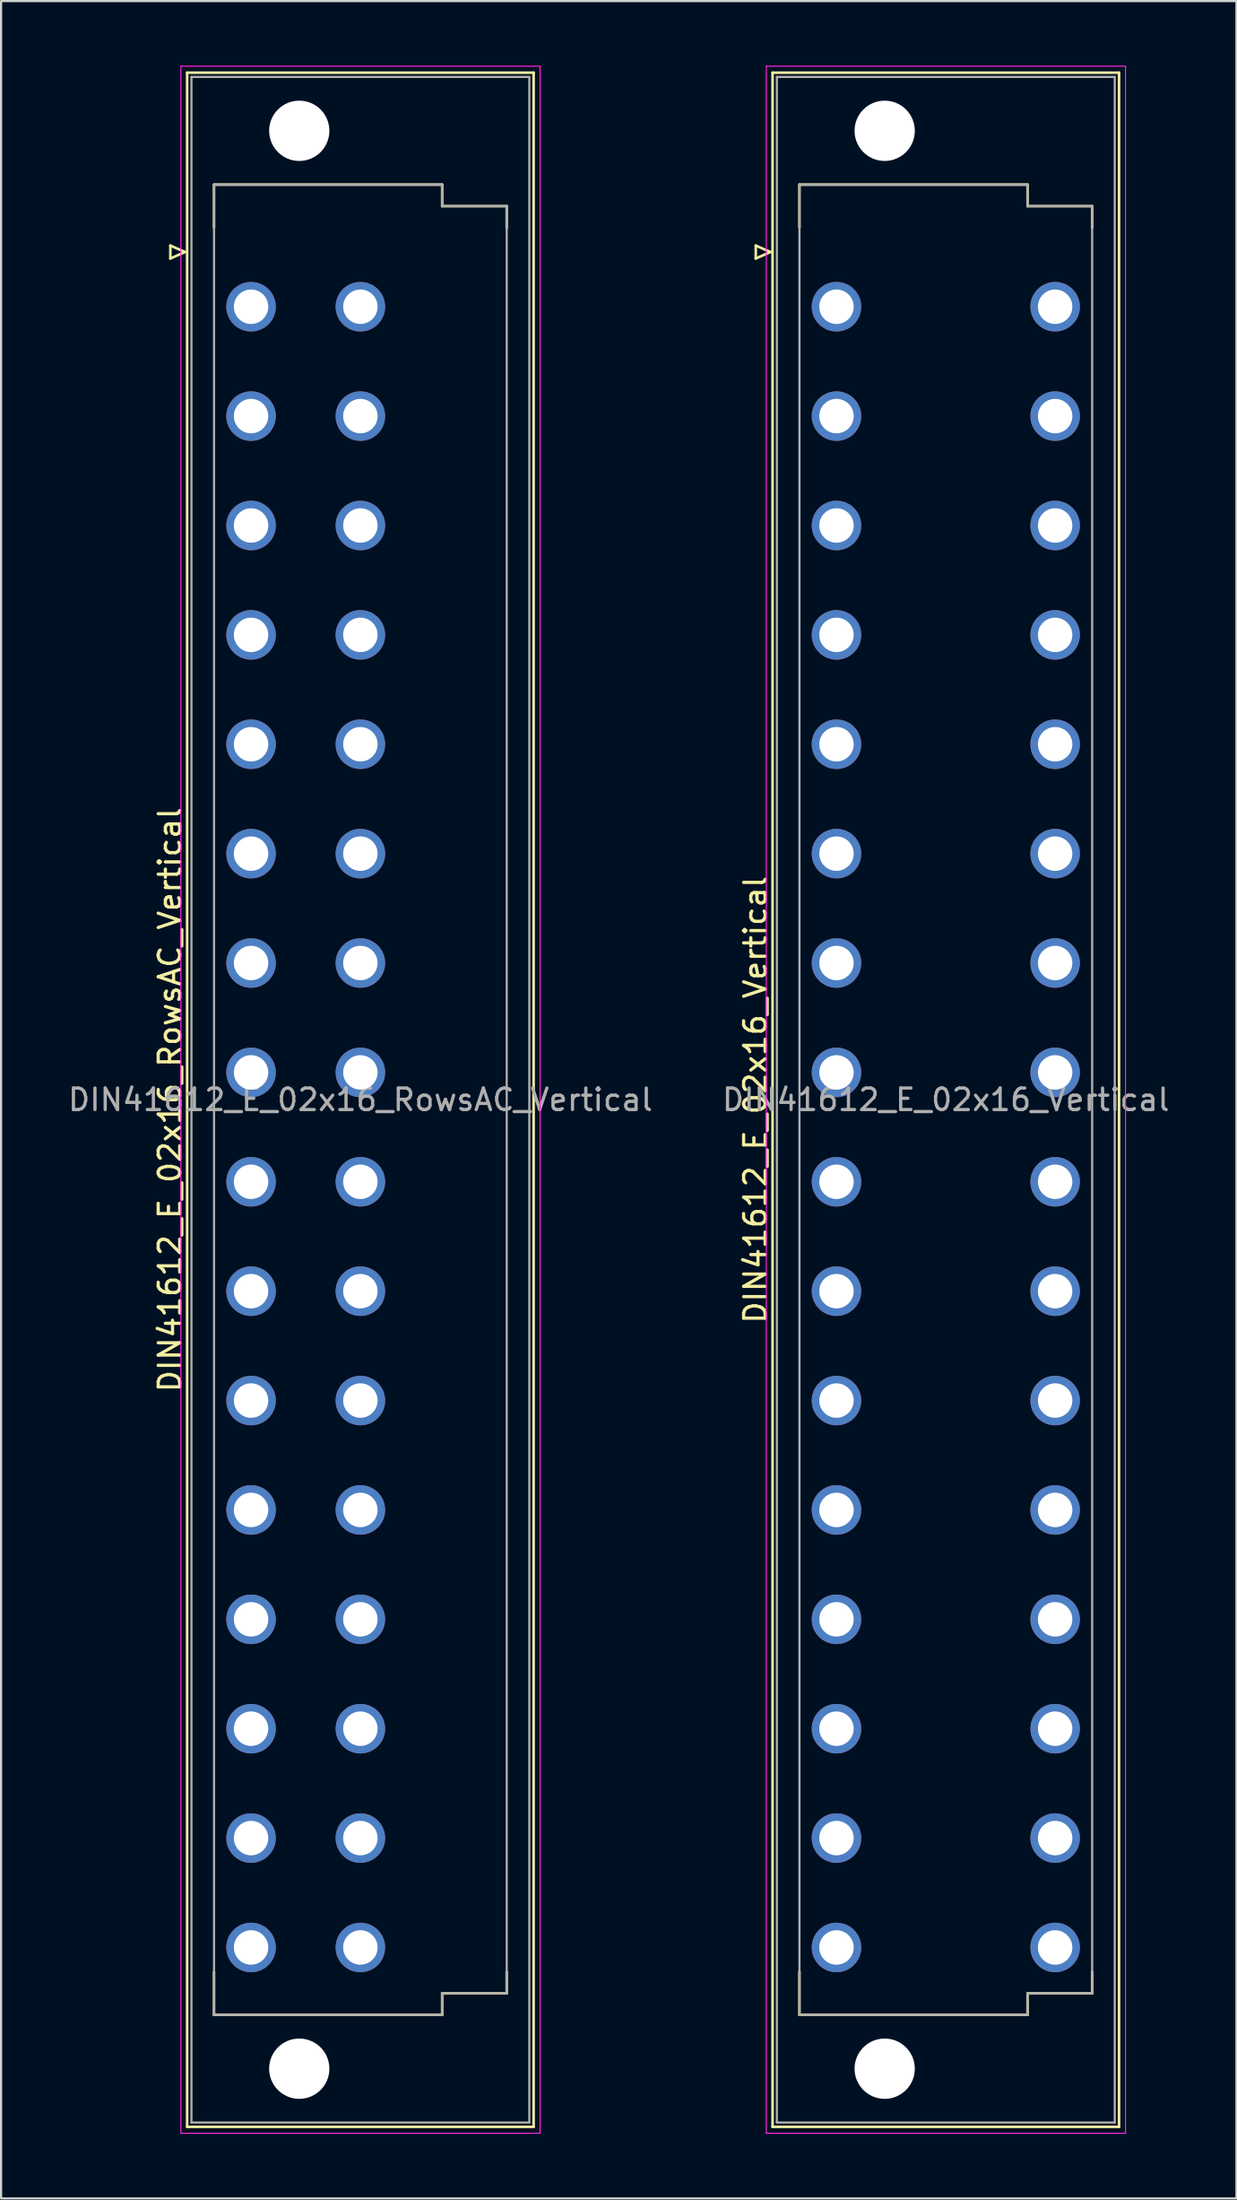
<source format=kicad_pcb>
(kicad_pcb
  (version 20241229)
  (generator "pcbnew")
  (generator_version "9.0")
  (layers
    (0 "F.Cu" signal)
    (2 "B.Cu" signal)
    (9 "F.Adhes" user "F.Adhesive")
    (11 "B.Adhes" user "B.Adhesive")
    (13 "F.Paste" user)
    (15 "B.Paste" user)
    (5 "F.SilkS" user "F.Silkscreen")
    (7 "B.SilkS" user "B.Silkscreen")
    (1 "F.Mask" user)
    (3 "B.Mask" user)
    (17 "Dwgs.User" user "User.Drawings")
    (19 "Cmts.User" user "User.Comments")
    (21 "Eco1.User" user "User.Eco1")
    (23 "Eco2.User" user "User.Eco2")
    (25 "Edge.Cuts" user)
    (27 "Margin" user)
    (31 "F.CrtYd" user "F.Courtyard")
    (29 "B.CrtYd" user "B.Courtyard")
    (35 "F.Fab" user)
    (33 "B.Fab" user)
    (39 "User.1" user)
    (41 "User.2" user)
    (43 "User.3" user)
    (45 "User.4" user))
  (footprint "DIN41612_E_02x16_RowsAC_Vertical"
    (layer "F.Cu")
    (at 8.616 8.655)
    (property "Reference" "DIN41612_E_02x16_RowsAC_Vertical" (at -3.77 39.37 90) (layer "F.SilkS") (effects (font (size 1 1) (thickness 0.15))))
    (attr through_hole)
    (fp_line (start -3.75 -0.3) (end -3.75 0.3) (stroke (width 0.12) (type solid)) (layer "F.SilkS"))
    (fp_line (start -3.75 0.3) (end -3.07 0) (stroke (width 0.12) (type solid)) (layer "F.SilkS"))
    (fp_line (start -3.07 0) (end -3.75 -0.3) (stroke (width 0.12) (type solid)) (layer "F.SilkS"))
    (fp_line (start -2.97 -8.33) (end 13.13 -8.33) (stroke (width 0.12) (type solid)) (layer "F.SilkS"))
    (fp_line (start -2.97 87.07) (end -2.97 -8.33) (stroke (width 0.12) (type solid)) (layer "F.SilkS"))
    (fp_line (start -1.72 -3.13) (end 8.88 -3.13) (stroke (width 0.12) (type solid)) (layer "F.SilkS"))
    (fp_line (start -1.72 -1.13) (end -1.72 -3.13) (stroke (width 0.12) (type solid)) (layer "F.SilkS"))
    (fp_line (start -1.72 79.87) (end -1.72 81.87) (stroke (width 0.12) (type solid)) (layer "F.SilkS"))
    (fp_line (start -1.72 81.87) (end 8.88 81.87) (stroke (width 0.12) (type solid)) (layer "F.SilkS"))
    (fp_line (start 8.88 -3.13) (end 8.88 -2.13) (stroke (width 0.12) (type solid)) (layer "F.SilkS"))
    (fp_line (start 8.88 -2.13) (end 11.88 -2.13) (stroke (width 0.12) (type solid)) (layer "F.SilkS"))
    (fp_line (start 8.88 80.87) (end 11.88 80.87) (stroke (width 0.12) (type solid)) (layer "F.SilkS"))
    (fp_line (start 8.88 81.87) (end 8.88 80.87) (stroke (width 0.12) (type solid)) (layer "F.SilkS"))
    (fp_line (start 11.88 -2.13) (end 11.88 -1.13) (stroke (width 0.12) (type solid)) (layer "F.SilkS"))
    (fp_line (start 11.88 80.87) (end 11.88 79.87) (stroke (width 0.12) (type solid)) (layer "F.SilkS"))
    (fp_line (start 13.13 -8.33) (end 13.13 87.07) (stroke (width 0.12) (type solid)) (layer "F.SilkS"))
    (fp_line (start 13.13 87.07) (end -2.97 87.07) (stroke (width 0.12) (type solid)) (layer "F.SilkS"))
    (fp_line (start -3.26 -8.63) (end 13.43 -8.63) (stroke (width 0.05) (type solid)) (layer "F.CrtYd"))
    (fp_line (start -3.26 87.37) (end -3.26 -8.63) (stroke (width 0.05) (type solid)) (layer "F.CrtYd"))
    (fp_line (start 13.43 -8.63) (end 13.43 87.37) (stroke (width 0.05) (type solid)) (layer "F.CrtYd"))
    (fp_line (start 13.43 87.37) (end -3.26 87.37) (stroke (width 0.05) (type solid)) (layer "F.CrtYd"))
    (fp_line (start -2.77 -8.13) (end 12.93 -8.13) (stroke (width 0.1) (type solid)) (layer "F.Fab"))
    (fp_line (start -2.77 86.87) (end -2.77 -8.13) (stroke (width 0.1) (type solid)) (layer "F.Fab"))
    (fp_line (start -1.72 -3.13) (end 8.88 -3.13) (stroke (width 0.1) (type solid)) (layer "F.Fab"))
    (fp_line (start -1.72 81.87) (end -1.72 -3.13) (stroke (width 0.1) (type solid)) (layer "F.Fab"))
    (fp_line (start 8.88 -3.13) (end 8.88 -2.13) (stroke (width 0.1) (type solid)) (layer "F.Fab"))
    (fp_line (start 8.88 -2.13) (end 11.88 -2.13) (stroke (width 0.1) (type solid)) (layer "F.Fab"))
    (fp_line (start 8.88 80.87) (end 8.88 81.87) (stroke (width 0.1) (type solid)) (layer "F.Fab"))
    (fp_line (start 8.88 81.87) (end -1.72 81.87) (stroke (width 0.1) (type solid)) (layer "F.Fab"))
    (fp_line (start 11.88 -2.13) (end 11.88 80.87) (stroke (width 0.1) (type solid)) (layer "F.Fab"))
    (fp_line (start 11.88 80.87) (end 8.88 80.87) (stroke (width 0.1) (type solid)) (layer "F.Fab"))
    (fp_line (start 12.93 -8.13) (end 12.93 86.87) (stroke (width 0.1) (type solid)) (layer "F.Fab"))
    (fp_line (start 12.93 86.87) (end -2.77 86.87) (stroke (width 0.1) (type solid)) (layer "F.Fab"))
    (fp_text user "${REFERENCE}" (at 5.08 39.37 0) (layer "F.Fab") (effects (font (size 1 1) (thickness 0.15))))
    (pad "" np_thru_hole circle (at 2.24 -5.63) (size 2.8 2.8) (drill 2.8) (layers "*.Cu" "*.Mask"))
    (pad "" np_thru_hole circle (at 2.24 84.37) (size 2.8 2.8) (drill 2.8) (layers "*.Cu" "*.Mask"))
    (pad "a2" thru_hole circle (at 0 2.54) (size 2.3 2.3) (drill 1.6) (layers "*.Cu" "*.Mask"))
    (pad "a4" thru_hole circle (at 0 7.62) (size 2.3 2.3) (drill 1.6) (layers "*.Cu" "*.Mask"))
    (pad "a6" thru_hole circle (at 0 12.7) (size 2.3 2.3) (drill 1.6) (layers "*.Cu" "*.Mask"))
    (pad "a8" thru_hole circle (at 0 17.78) (size 2.3 2.3) (drill 1.6) (layers "*.Cu" "*.Mask"))
    (pad "a10" thru_hole circle (at 0 22.86) (size 2.3 2.3) (drill 1.6) (layers "*.Cu" "*.Mask"))
    (pad "a12" thru_hole circle (at 0 27.94) (size 2.3 2.3) (drill 1.6) (layers "*.Cu" "*.Mask"))
    (pad "a14" thru_hole circle (at 0 33.02) (size 2.3 2.3) (drill 1.6) (layers "*.Cu" "*.Mask"))
    (pad "a16" thru_hole circle (at 0 38.1) (size 2.3 2.3) (drill 1.6) (layers "*.Cu" "*.Mask"))
    (pad "a18" thru_hole circle (at 0 43.18) (size 2.3 2.3) (drill 1.6) (layers "*.Cu" "*.Mask"))
    (pad "a20" thru_hole circle (at 0 48.26) (size 2.3 2.3) (drill 1.6) (layers "*.Cu" "*.Mask"))
    (pad "a22" thru_hole circle (at 0 53.34) (size 2.3 2.3) (drill 1.6) (layers "*.Cu" "*.Mask"))
    (pad "a24" thru_hole circle (at 0 58.42) (size 2.3 2.3) (drill 1.6) (layers "*.Cu" "*.Mask"))
    (pad "a26" thru_hole circle (at 0 63.5) (size 2.3 2.3) (drill 1.6) (layers "*.Cu" "*.Mask"))
    (pad "a28" thru_hole circle (at 0 68.58) (size 2.3 2.3) (drill 1.6) (layers "*.Cu" "*.Mask"))
    (pad "a30" thru_hole circle (at 0 73.66) (size 2.3 2.3) (drill 1.6) (layers "*.Cu" "*.Mask"))
    (pad "a32" thru_hole circle (at 0 78.74) (size 2.3 2.3) (drill 1.6) (layers "*.Cu" "*.Mask"))
    (pad "c2" thru_hole circle (at 5.08 2.54) (size 2.3 2.3) (drill 1.6) (layers "*.Cu" "*.Mask"))
    (pad "c4" thru_hole circle (at 5.08 7.62) (size 2.3 2.3) (drill 1.6) (layers "*.Cu" "*.Mask"))
    (pad "c6" thru_hole circle (at 5.08 12.7) (size 2.3 2.3) (drill 1.6) (layers "*.Cu" "*.Mask"))
    (pad "c8" thru_hole circle (at 5.08 17.78) (size 2.3 2.3) (drill 1.6) (layers "*.Cu" "*.Mask"))
    (pad "c10" thru_hole circle (at 5.08 22.86) (size 2.3 2.3) (drill 1.6) (layers "*.Cu" "*.Mask"))
    (pad "c12" thru_hole circle (at 5.08 27.94) (size 2.3 2.3) (drill 1.6) (layers "*.Cu" "*.Mask"))
    (pad "c14" thru_hole circle (at 5.08 33.02) (size 2.3 2.3) (drill 1.6) (layers "*.Cu" "*.Mask"))
    (pad "c16" thru_hole circle (at 5.08 38.1) (size 2.3 2.3) (drill 1.6) (layers "*.Cu" "*.Mask"))
    (pad "c18" thru_hole circle (at 5.08 43.18) (size 2.3 2.3) (drill 1.6) (layers "*.Cu" "*.Mask"))
    (pad "c20" thru_hole circle (at 5.08 48.26) (size 2.3 2.3) (drill 1.6) (layers "*.Cu" "*.Mask"))
    (pad "c22" thru_hole circle (at 5.08 53.34) (size 2.3 2.3) (drill 1.6) (layers "*.Cu" "*.Mask"))
    (pad "c24" thru_hole circle (at 5.08 58.42) (size 2.3 2.3) (drill 1.6) (layers "*.Cu" "*.Mask"))
    (pad "c26" thru_hole circle (at 5.08 63.5) (size 2.3 2.3) (drill 1.6) (layers "*.Cu" "*.Mask"))
    (pad "c28" thru_hole circle (at 5.08 68.58) (size 2.3 2.3) (drill 1.6) (layers "*.Cu" "*.Mask"))
    (pad "c30" thru_hole circle (at 5.08 73.66) (size 2.3 2.3) (drill 1.6) (layers "*.Cu" "*.Mask"))
    (pad "c32" thru_hole circle (at 5.08 78.74) (size 2.3 2.3) (drill 1.6) (layers "*.Cu" "*.Mask")))
  (footprint "DIN41612_E_02x16_Vertical"
    (layer "F.Cu")
    (at 35.819 8.655)
    (property "Reference" "DIN41612_E_02x16_Vertical" (at -3.77 39.37 90) (layer "F.SilkS") (effects (font (size 1 1) (thickness 0.15))))
    (attr through_hole)
    (fp_line (start -3.75 -0.3) (end -3.75 0.3) (stroke (width 0.12) (type solid)) (layer "F.SilkS"))
    (fp_line (start -3.75 0.3) (end -3.07 0) (stroke (width 0.12) (type solid)) (layer "F.SilkS"))
    (fp_line (start -3.07 0) (end -3.75 -0.3) (stroke (width 0.12) (type solid)) (layer "F.SilkS"))
    (fp_line (start -2.97 -8.33) (end 13.13 -8.33) (stroke (width 0.12) (type solid)) (layer "F.SilkS"))
    (fp_line (start -2.97 87.07) (end -2.97 -8.33) (stroke (width 0.12) (type solid)) (layer "F.SilkS"))
    (fp_line (start -1.72 -3.13) (end 8.88 -3.13) (stroke (width 0.12) (type solid)) (layer "F.SilkS"))
    (fp_line (start -1.72 -1.13) (end -1.72 -3.13) (stroke (width 0.12) (type solid)) (layer "F.SilkS"))
    (fp_line (start -1.72 79.87) (end -1.72 81.87) (stroke (width 0.12) (type solid)) (layer "F.SilkS"))
    (fp_line (start -1.72 81.87) (end 8.88 81.87) (stroke (width 0.12) (type solid)) (layer "F.SilkS"))
    (fp_line (start 8.88 -3.13) (end 8.88 -2.13) (stroke (width 0.12) (type solid)) (layer "F.SilkS"))
    (fp_line (start 8.88 -2.13) (end 11.88 -2.13) (stroke (width 0.12) (type solid)) (layer "F.SilkS"))
    (fp_line (start 8.88 80.87) (end 11.88 80.87) (stroke (width 0.12) (type solid)) (layer "F.SilkS"))
    (fp_line (start 8.88 81.87) (end 8.88 80.87) (stroke (width 0.12) (type solid)) (layer "F.SilkS"))
    (fp_line (start 11.88 -2.13) (end 11.88 -1.13) (stroke (width 0.12) (type solid)) (layer "F.SilkS"))
    (fp_line (start 11.88 80.87) (end 11.88 79.87) (stroke (width 0.12) (type solid)) (layer "F.SilkS"))
    (fp_line (start 13.13 -8.33) (end 13.13 87.07) (stroke (width 0.12) (type solid)) (layer "F.SilkS"))
    (fp_line (start 13.13 87.07) (end -2.97 87.07) (stroke (width 0.12) (type solid)) (layer "F.SilkS"))
    (fp_line (start -3.26 -8.63) (end 13.43 -8.63) (stroke (width 0.05) (type solid)) (layer "F.CrtYd"))
    (fp_line (start -3.26 87.37) (end -3.26 -8.63) (stroke (width 0.05) (type solid)) (layer "F.CrtYd"))
    (fp_line (start 13.43 -8.63) (end 13.43 87.37) (stroke (width 0.05) (type solid)) (layer "F.CrtYd"))
    (fp_line (start 13.43 87.37) (end -3.26 87.37) (stroke (width 0.05) (type solid)) (layer "F.CrtYd"))
    (fp_line (start -2.77 -8.13) (end 12.93 -8.13) (stroke (width 0.1) (type solid)) (layer "F.Fab"))
    (fp_line (start -2.77 86.87) (end -2.77 -8.13) (stroke (width 0.1) (type solid)) (layer "F.Fab"))
    (fp_line (start -1.72 -3.13) (end 8.88 -3.13) (stroke (width 0.1) (type solid)) (layer "F.Fab"))
    (fp_line (start -1.72 81.87) (end -1.72 -3.13) (stroke (width 0.1) (type solid)) (layer "F.Fab"))
    (fp_line (start 8.88 -3.13) (end 8.88 -2.13) (stroke (width 0.1) (type solid)) (layer "F.Fab"))
    (fp_line (start 8.88 -2.13) (end 11.88 -2.13) (stroke (width 0.1) (type solid)) (layer "F.Fab"))
    (fp_line (start 8.88 80.87) (end 8.88 81.87) (stroke (width 0.1) (type solid)) (layer "F.Fab"))
    (fp_line (start 8.88 81.87) (end -1.72 81.87) (stroke (width 0.1) (type solid)) (layer "F.Fab"))
    (fp_line (start 11.88 -2.13) (end 11.88 80.87) (stroke (width 0.1) (type solid)) (layer "F.Fab"))
    (fp_line (start 11.88 80.87) (end 8.88 80.87) (stroke (width 0.1) (type solid)) (layer "F.Fab"))
    (fp_line (start 12.93 -8.13) (end 12.93 86.87) (stroke (width 0.1) (type solid)) (layer "F.Fab"))
    (fp_line (start 12.93 86.87) (end -2.77 86.87) (stroke (width 0.1) (type solid)) (layer "F.Fab"))
    (fp_text user "${REFERENCE}" (at 5.08 39.37 0) (layer "F.Fab") (effects (font (size 1 1) (thickness 0.15))))
    (pad "" np_thru_hole circle (at 2.24 -5.63) (size 2.8 2.8) (drill 2.8) (layers "*.Cu" "*.Mask"))
    (pad "" np_thru_hole circle (at 2.24 84.37) (size 2.8 2.8) (drill 2.8) (layers "*.Cu" "*.Mask"))
    (pad "a2" thru_hole circle (at 0 2.54) (size 2.3 2.3) (drill 1.6) (layers "*.Cu" "*.Mask"))
    (pad "a4" thru_hole circle (at 0 7.62) (size 2.3 2.3) (drill 1.6) (layers "*.Cu" "*.Mask"))
    (pad "a6" thru_hole circle (at 0 12.7) (size 2.3 2.3) (drill 1.6) (layers "*.Cu" "*.Mask"))
    (pad "a8" thru_hole circle (at 0 17.78) (size 2.3 2.3) (drill 1.6) (layers "*.Cu" "*.Mask"))
    (pad "a10" thru_hole circle (at 0 22.86) (size 2.3 2.3) (drill 1.6) (layers "*.Cu" "*.Mask"))
    (pad "a12" thru_hole circle (at 0 27.94) (size 2.3 2.3) (drill 1.6) (layers "*.Cu" "*.Mask"))
    (pad "a14" thru_hole circle (at 0 33.02) (size 2.3 2.3) (drill 1.6) (layers "*.Cu" "*.Mask"))
    (pad "a16" thru_hole circle (at 0 38.1) (size 2.3 2.3) (drill 1.6) (layers "*.Cu" "*.Mask"))
    (pad "a18" thru_hole circle (at 0 43.18) (size 2.3 2.3) (drill 1.6) (layers "*.Cu" "*.Mask"))
    (pad "a20" thru_hole circle (at 0 48.26) (size 2.3 2.3) (drill 1.6) (layers "*.Cu" "*.Mask"))
    (pad "a22" thru_hole circle (at 0 53.34) (size 2.3 2.3) (drill 1.6) (layers "*.Cu" "*.Mask"))
    (pad "a24" thru_hole circle (at 0 58.42) (size 2.3 2.3) (drill 1.6) (layers "*.Cu" "*.Mask"))
    (pad "a26" thru_hole circle (at 0 63.5) (size 2.3 2.3) (drill 1.6) (layers "*.Cu" "*.Mask"))
    (pad "a28" thru_hole circle (at 0 68.58) (size 2.3 2.3) (drill 1.6) (layers "*.Cu" "*.Mask"))
    (pad "a30" thru_hole circle (at 0 73.66) (size 2.3 2.3) (drill 1.6) (layers "*.Cu" "*.Mask"))
    (pad "a32" thru_hole circle (at 0 78.74) (size 2.3 2.3) (drill 1.6) (layers "*.Cu" "*.Mask"))
    (pad "e2" thru_hole circle (at 10.16 2.54) (size 2.3 2.3) (drill 1.6) (layers "*.Cu" "*.Mask"))
    (pad "e4" thru_hole circle (at 10.16 7.62) (size 2.3 2.3) (drill 1.6) (layers "*.Cu" "*.Mask"))
    (pad "e6" thru_hole circle (at 10.16 12.7) (size 2.3 2.3) (drill 1.6) (layers "*.Cu" "*.Mask"))
    (pad "e8" thru_hole circle (at 10.16 17.78) (size 2.3 2.3) (drill 1.6) (layers "*.Cu" "*.Mask"))
    (pad "e10" thru_hole circle (at 10.16 22.86) (size 2.3 2.3) (drill 1.6) (layers "*.Cu" "*.Mask"))
    (pad "e12" thru_hole circle (at 10.16 27.94) (size 2.3 2.3) (drill 1.6) (layers "*.Cu" "*.Mask"))
    (pad "e14" thru_hole circle (at 10.16 33.02) (size 2.3 2.3) (drill 1.6) (layers "*.Cu" "*.Mask"))
    (pad "e16" thru_hole circle (at 10.16 38.1) (size 2.3 2.3) (drill 1.6) (layers "*.Cu" "*.Mask"))
    (pad "e18" thru_hole circle (at 10.16 43.18) (size 2.3 2.3) (drill 1.6) (layers "*.Cu" "*.Mask"))
    (pad "e20" thru_hole circle (at 10.16 48.26) (size 2.3 2.3) (drill 1.6) (layers "*.Cu" "*.Mask"))
    (pad "e22" thru_hole circle (at 10.16 53.34) (size 2.3 2.3) (drill 1.6) (layers "*.Cu" "*.Mask"))
    (pad "e24" thru_hole circle (at 10.16 58.42) (size 2.3 2.3) (drill 1.6) (layers "*.Cu" "*.Mask"))
    (pad "e26" thru_hole circle (at 10.16 63.5) (size 2.3 2.3) (drill 1.6) (layers "*.Cu" "*.Mask"))
    (pad "e28" thru_hole circle (at 10.16 68.58) (size 2.3 2.3) (drill 1.6) (layers "*.Cu" "*.Mask"))
    (pad "e30" thru_hole circle (at 10.16 73.66) (size 2.3 2.3) (drill 1.6) (layers "*.Cu" "*.Mask"))
    (pad "e32" thru_hole circle (at 10.16 78.74) (size 2.3 2.3) (drill 1.6) (layers "*.Cu" "*.Mask")))
  (gr_rect
    (start -3 -3)
    (end 54.405 99.05)
    (stroke (width 0.1) (type default))
    (fill no)
    (layer "Edge.Cuts")))
</source>
